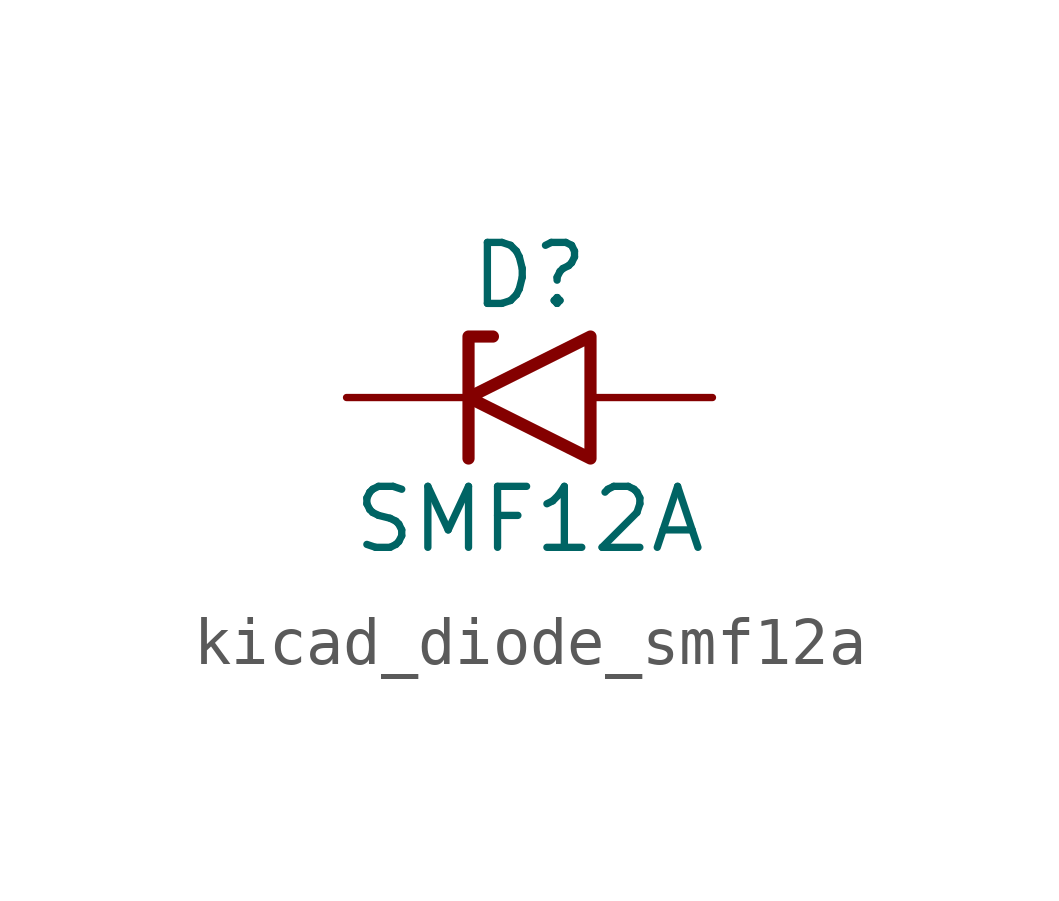
<source format=kicad_sym>
(kicad_symbol_lib
  (version 20220914)
  (generator kicad_symbol_editor)
  (symbol "kicad_diode_smf12a"
    (pin_numbers hide)
    (pin_names
      (offset 1.016) hide)
    (property "Reference" "D"
      (at 0 2.54 0)
      (effects (font (size 1.27 1.27))))
    (property "Value" "SMF12A"
      (at 0 -2.54 0)
      (effects (font (size 1.27 1.27))))
    (symbol "kicad_diode_smf12a_0_1"
      (polyline (pts (xy -0.762 1.27) (xy -1.27 1.27) (xy -1.27 -1.27)) (stroke (width 0.254) (type default)) (fill (type none)))
      (polyline (pts (xy 1.27 1.27) (xy 1.27 -1.27) (xy -1.27 0) (xy 1.27 1.27)) (stroke (width 0.254) (type default)) (fill (type none))))
    (symbol "kicad_diode_smf12a_1_1"
      (pin passive line (at -3.81 0 0) (length 2.54) (name "A1" (effects (font (size 1.27 1.27)))) (number "1" (effects (font (size 1.27 1.27)))))
      (pin passive line (at 3.81 0 180) (length 2.54) (name "A2" (effects (font (size 1.27 1.27)))) (number "2" (effects (font (size 1.27 1.27))))))))
</source>
